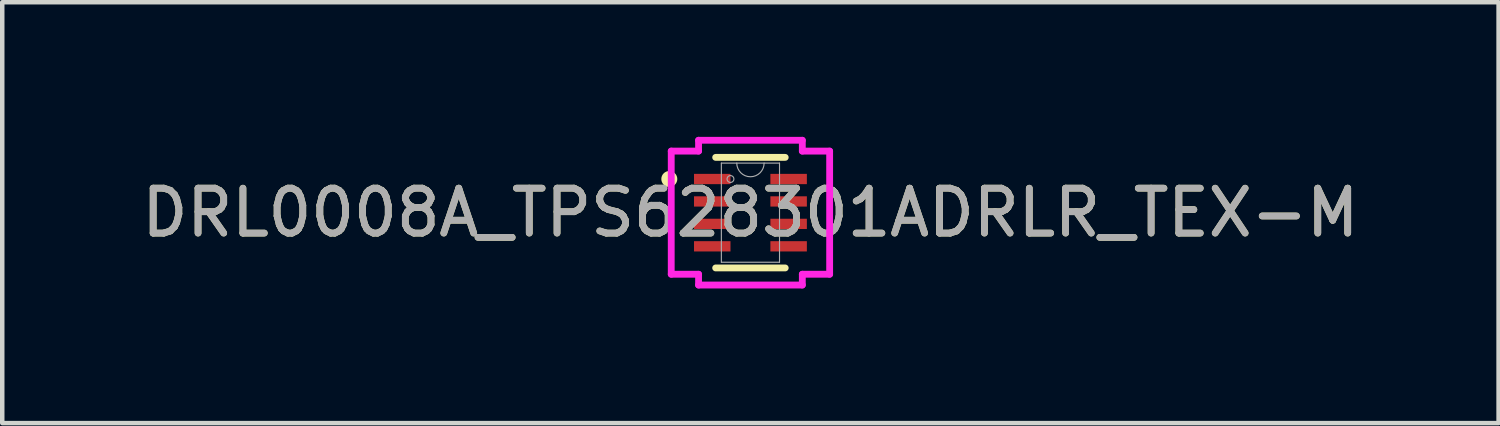
<source format=kicad_pcb>
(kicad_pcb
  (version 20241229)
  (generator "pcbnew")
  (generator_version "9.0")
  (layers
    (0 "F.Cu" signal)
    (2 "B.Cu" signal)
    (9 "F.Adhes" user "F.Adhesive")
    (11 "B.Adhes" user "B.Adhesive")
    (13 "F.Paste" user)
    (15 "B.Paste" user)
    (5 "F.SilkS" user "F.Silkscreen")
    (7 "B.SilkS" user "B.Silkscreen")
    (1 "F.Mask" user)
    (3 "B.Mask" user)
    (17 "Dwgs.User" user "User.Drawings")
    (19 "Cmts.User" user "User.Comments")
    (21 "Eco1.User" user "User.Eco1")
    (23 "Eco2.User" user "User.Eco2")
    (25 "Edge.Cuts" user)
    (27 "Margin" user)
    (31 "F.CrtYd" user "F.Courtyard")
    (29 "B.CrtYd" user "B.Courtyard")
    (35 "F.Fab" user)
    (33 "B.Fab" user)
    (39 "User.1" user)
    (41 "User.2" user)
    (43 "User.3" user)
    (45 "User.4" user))
  (footprint "DRL0008A_TPS628301ADRLR_TEX-M"
    (layer "F.Cu")
    (at 13.673 1.689)
    (property "Reference" "DRL0008A_TPS628301ADRLR_TEX-M" (at 0 0 0) (unlocked yes) (layer "F.SilkS") (effects (font (size 1 1) (thickness 0.15))))
    (attr smd)
    (fp_line (start -0.775 1.232) (end 0.775 1.232) (stroke (width 0.152) (type solid)) (layer "F.SilkS"))
    (fp_line (start 0.775 -1.232) (end -0.775 -1.232) (stroke (width 0.152) (type solid)) (layer "F.SilkS"))
    (fp_circle (center -1.808 -0.75) (end -1.706 -0.75) (stroke (width 0.152) (type solid)) (fill no) (layer "F.SilkS"))
    (fp_line (start -1.765 -1.372) (end -1.156 -1.372) (stroke (width 0.152) (type solid)) (layer "F.CrtYd"))
    (fp_line (start -1.765 1.372) (end -1.765 -1.372) (stroke (width 0.152) (type solid)) (layer "F.CrtYd"))
    (fp_line (start -1.765 1.372) (end -1.156 1.372) (stroke (width 0.152) (type solid)) (layer "F.CrtYd"))
    (fp_line (start -1.156 -1.613) (end 1.156 -1.613) (stroke (width 0.152) (type solid)) (layer "F.CrtYd"))
    (fp_line (start -1.156 -1.372) (end -1.156 -1.613) (stroke (width 0.152) (type solid)) (layer "F.CrtYd"))
    (fp_line (start -1.156 1.613) (end -1.156 1.372) (stroke (width 0.152) (type solid)) (layer "F.CrtYd"))
    (fp_line (start 1.156 -1.613) (end 1.156 -1.372) (stroke (width 0.152) (type solid)) (layer "F.CrtYd"))
    (fp_line (start 1.156 1.372) (end 1.156 1.613) (stroke (width 0.152) (type solid)) (layer "F.CrtYd"))
    (fp_line (start 1.156 1.613) (end -1.156 1.613) (stroke (width 0.152) (type solid)) (layer "F.CrtYd"))
    (fp_line (start 1.765 -1.372) (end 1.156 -1.372) (stroke (width 0.152) (type solid)) (layer "F.CrtYd"))
    (fp_line (start 1.765 -1.372) (end 1.765 1.372) (stroke (width 0.152) (type solid)) (layer "F.CrtYd"))
    (fp_line (start 1.765 1.372) (end 1.156 1.372) (stroke (width 0.152) (type solid)) (layer "F.CrtYd"))
    (fp_line (start -0.648 -1.105) (end -0.648 1.105) (stroke (width 0.025) (type solid)) (layer "F.Fab"))
    (fp_line (start -0.648 1.105) (end 0.648 1.105) (stroke (width 0.025) (type solid)) (layer "F.Fab"))
    (fp_line (start 0.648 -1.105) (end -0.648 -1.105) (stroke (width 0.025) (type solid)) (layer "F.Fab"))
    (fp_line (start 0.648 1.105) (end 0.648 -1.105) (stroke (width 0.025) (type solid)) (layer "F.Fab"))
    (fp_arc (start 0.3048 -1.1049) (mid 0 -0.8001) (end -0.3048 -1.1049) (stroke (width 0.0254) (type solid)) (layer "F.Fab"))
    (fp_circle (center -0.445 -0.75) (end -0.368 -0.75) (stroke (width 0.025) (type solid)) (fill no) (layer "F.Fab"))
    (fp_text user "${REFERENCE}" (at 0 0 0) (unlocked yes) (layer "F.Fab") (effects (font (size 1 1) (thickness 0.15))))
    (pad "1" smd rect (at -0.851 -0.75) (size 0.813 0.229) (layers "F.Cu" "F.Mask" "F.Paste"))
    (pad "2" smd rect (at -0.851 -0.25) (size 0.813 0.229) (layers "F.Cu" "F.Mask" "F.Paste"))
    (pad "3" smd rect (at -0.851 0.25) (size 0.813 0.229) (layers "F.Cu" "F.Mask" "F.Paste"))
    (pad "4" smd rect (at -0.851 0.75) (size 0.813 0.229) (layers "F.Cu" "F.Mask" "F.Paste"))
    (pad "5" smd rect (at 0.851 0.75) (size 0.813 0.229) (layers "F.Cu" "F.Mask" "F.Paste"))
    (pad "6" smd rect (at 0.851 0.25) (size 0.813 0.229) (layers "F.Cu" "F.Mask" "F.Paste"))
    (pad "7" smd rect (at 0.851 -0.25) (size 0.813 0.229) (layers "F.Cu" "F.Mask" "F.Paste"))
    (pad "8" smd rect (at 0.851 -0.75) (size 0.813 0.229) (layers "F.Cu" "F.Mask" "F.Paste")))
  (gr_rect
    (start -3 -3)
    (end 30.345 6.378)
    (stroke (width 0.1) (type default))
    (fill no)
    (layer "Edge.Cuts")))
</source>
